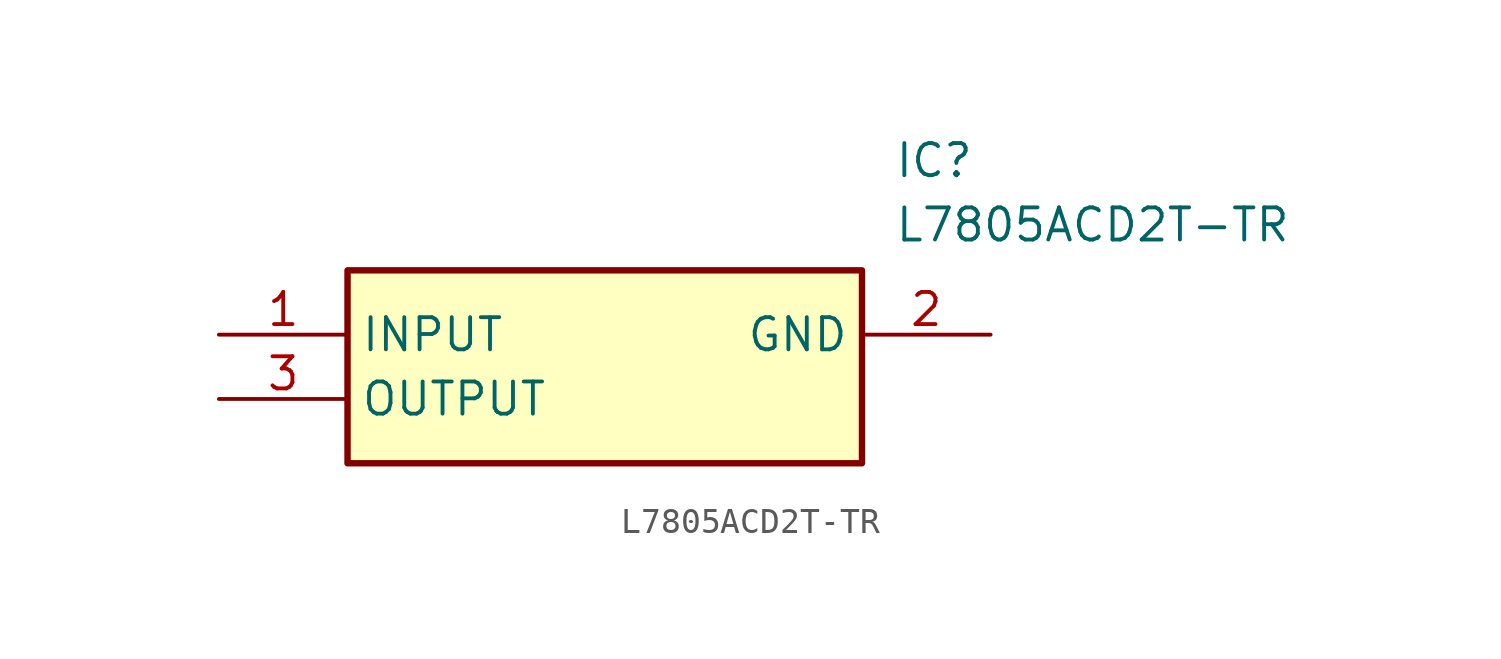
<source format=kicad_sym>
(kicad_symbol_lib
  (version 20211014)
  (generator SamacSys_ECAD_Model)
  (symbol "L7805ACD2T-TR"
    (property "Reference" "IC"
      (at 26.67 7.62 0)
      (effects (font (size 1.27 1.27)) (justify left top)))
    (property "Value" "L7805ACD2T-TR"
      (at 26.67 5.08 0)
      (effects (font (size 1.27 1.27)) (justify left top)))
    (rectangle
      (start 5.08 2.54)
      (end 25.4 -5.08)
      (stroke (width 0.254) (type default))
      (fill (type background)))
    (pin passive line
      (at 0 0 0)
      (length 5.08)
      (name "INPUT" (effects (font (size 1.27 1.27))))
      (number "1" (effects (font (size 1.27 1.27)))))
    (pin passive line
      (at 30.48 0 180)
      (length 5.08)
      (name "GND" (effects (font (size 1.27 1.27))))
      (number "2" (effects (font (size 1.27 1.27)))))
    (pin passive line
      (at 0 -2.54 0)
      (length 5.08)
      (name "OUTPUT" (effects (font (size 1.27 1.27))))
      (number "3" (effects (font (size 1.27 1.27)))))))
</source>
